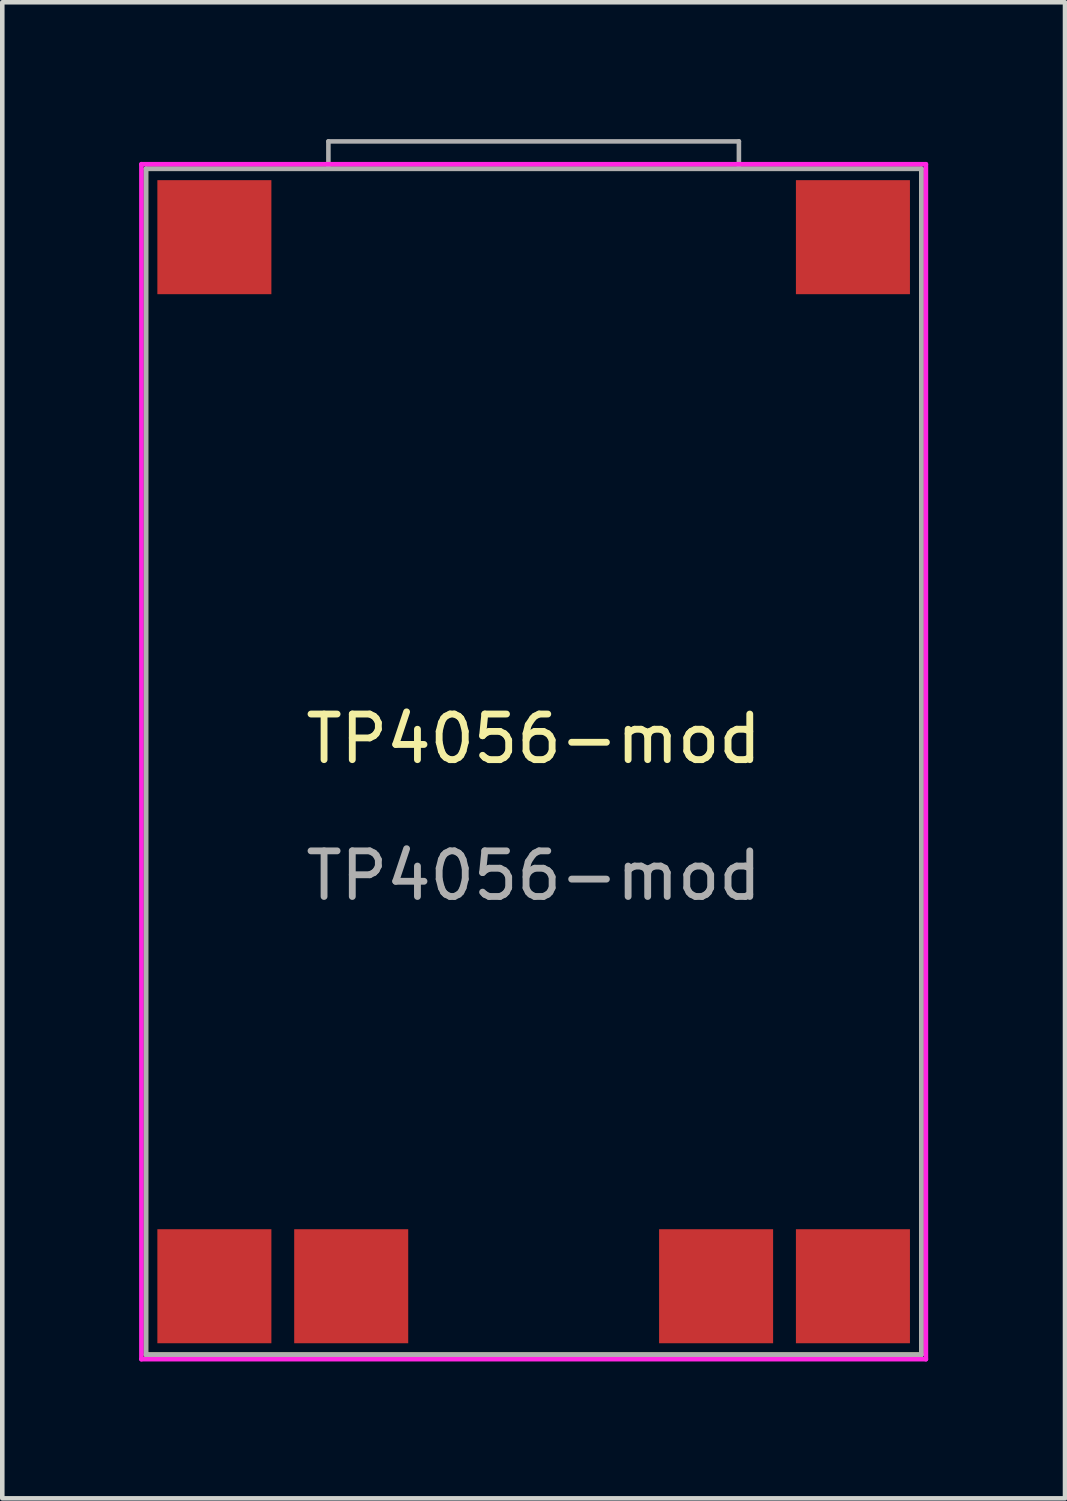
<source format=kicad_pcb>
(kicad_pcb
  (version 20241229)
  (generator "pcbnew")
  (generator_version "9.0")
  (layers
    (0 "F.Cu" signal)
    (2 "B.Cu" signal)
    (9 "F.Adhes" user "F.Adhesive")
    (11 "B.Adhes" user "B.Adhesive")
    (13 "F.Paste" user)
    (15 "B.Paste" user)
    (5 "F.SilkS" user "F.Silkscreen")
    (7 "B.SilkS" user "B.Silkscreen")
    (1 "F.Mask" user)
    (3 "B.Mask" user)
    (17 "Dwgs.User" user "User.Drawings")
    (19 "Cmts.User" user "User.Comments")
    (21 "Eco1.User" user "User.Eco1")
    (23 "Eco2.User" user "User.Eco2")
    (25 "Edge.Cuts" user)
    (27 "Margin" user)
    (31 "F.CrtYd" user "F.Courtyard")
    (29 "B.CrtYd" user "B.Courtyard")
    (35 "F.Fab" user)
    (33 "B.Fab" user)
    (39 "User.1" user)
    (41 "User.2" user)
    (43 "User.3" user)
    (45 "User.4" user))
  (footprint "TP4056-mod"
    (layer "F.Cu")
    (at 8.65 13.65)
    (property "Reference" "TP4056-mod" (at 0 -0.5 0) (unlocked yes) (layer "F.SilkS") (effects (font (size 1 1) (thickness 0.15))))
    (attr smd)
    (fp_line (start -8.5 -13) (end -8.5 13) (stroke (width 0.1) (type solid)) (layer "F.SilkS"))
    (fp_line (start -8.5 13) (end 8.5 13) (stroke (width 0.1) (type solid)) (layer "F.SilkS"))
    (fp_line (start 8.5 -13) (end -8.5 -13) (stroke (width 0.1) (type solid)) (layer "F.SilkS"))
    (fp_line (start 8.5 13) (end 8.5 -13) (stroke (width 0.1) (type solid)) (layer "F.SilkS"))
    (fp_line (start -8.6 -13.1) (end -8.6 13.1) (stroke (width 0.1) (type solid)) (layer "F.CrtYd"))
    (fp_line (start -8.6 13.1) (end 8.6 13.1) (stroke (width 0.1) (type solid)) (layer "F.CrtYd"))
    (fp_line (start 8.6 -13.1) (end -8.6 -13.1) (stroke (width 0.1) (type solid)) (layer "F.CrtYd"))
    (fp_line (start 8.6 13.1) (end 8.6 -13.1) (stroke (width 0.1) (type solid)) (layer "F.CrtYd"))
    (fp_line (start -8.5 -13) (end -8.5 13) (stroke (width 0.1) (type solid)) (layer "F.Fab"))
    (fp_line (start -8.5 13) (end 8.5 13) (stroke (width 0.1) (type solid)) (layer "F.Fab"))
    (fp_line (start -4.5 -13.6) (end 4.5 -13.6) (stroke (width 0.1) (type solid)) (layer "F.Fab"))
    (fp_line (start -4.5 -13) (end -4.5 -13.6) (stroke (width 0.1) (type solid)) (layer "F.Fab"))
    (fp_line (start 4.5 -13) (end 4.5 -13.6) (stroke (width 0.1) (type solid)) (layer "F.Fab"))
    (fp_line (start 8.5 -13) (end -8.5 -13) (stroke (width 0.1) (type solid)) (layer "F.Fab"))
    (fp_line (start 8.5 13) (end 8.5 -13) (stroke (width 0.1) (type solid)) (layer "F.Fab"))
    (fp_text user "${REFERENCE}" (at 0 2.5 0) (unlocked yes) (layer "F.Fab") (effects (font (size 1 1) (thickness 0.15))))
    (pad "1" smd rect (at 7 -11.5) (size 2.5 2.5) (layers "F.Cu" "F.Mask" "F.Paste"))
    (pad "2" smd rect (at -7 -11.5) (size 2.5 2.5) (layers "F.Cu" "F.Mask" "F.Paste"))
    (pad "3" smd rect (at 4 11.5) (size 2.5 2.5) (layers "F.Cu" "F.Mask" "F.Paste"))
    (pad "4" smd rect (at -4 11.5) (size 2.5 2.5) (layers "F.Cu" "F.Mask" "F.Paste"))
    (pad "5" smd rect (at 7 11.5) (size 2.5 2.5) (layers "F.Cu" "F.Mask" "F.Paste"))
    (pad "6" smd rect (at -7 11.5) (size 2.5 2.5) (layers "F.Cu" "F.Mask" "F.Paste")))
  (gr_rect
    (start -3 -3)
    (end 20.3 29.8)
    (stroke (width 0.1) (type default))
    (fill no)
    (layer "Edge.Cuts")))
</source>
